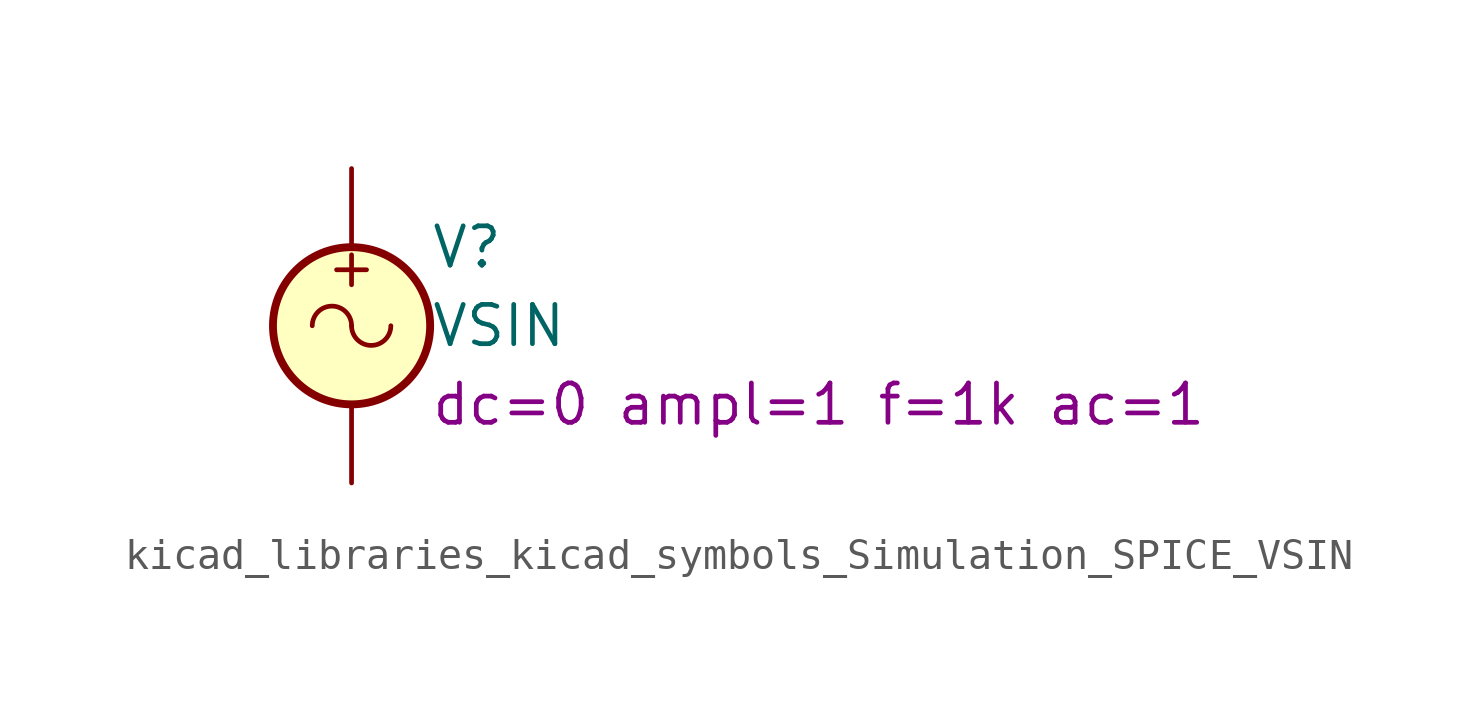
<source format=kicad_sym>
(kicad_symbol_lib
  (version 20220914)
  (generator kicad_symbol_editor)
  (symbol "kicad_libraries_kicad_symbols_Simulation_SPICE_VSIN"
    (pin_numbers hide)
    (pin_names
      (offset 0.025))
    (property "Reference" "V"
      (at 2.54 2.54 0)
      (effects (font (size 1.27 1.27)) (justify left)))
    (property "Value" "VSIN"
      (at 2.54 0 0)
      (effects (font (size 1.27 1.27)) (justify left)))
    (property "Sim.Params" "dc=0 ampl=1 f=1k ac=1"
      (at 2.54 -2.54 0)
      (effects (font (size 1.27 1.27)) (justify left)))
    (symbol "kicad_libraries_kicad_symbols_Simulation_SPICE_VSIN_0_0"
      (arc (start 0 0) (mid -0.635 0.6323) (end -1.27 0) (stroke (width 0) (type default)) (fill (type none)))
      (arc (start 0 0) (mid 0.635 -0.6323) (end 1.27 0) (stroke (width 0) (type default)) (fill (type none)))
      (text "+" (at 0 1.905 0) (effects (font (size 1.27 1.27)))))
    (symbol "kicad_libraries_kicad_symbols_Simulation_SPICE_VSIN_0_1"
      (circle (center 0 0) (radius 2.54) (stroke (width 0.254) (type default)) (fill (type background))))
    (symbol "kicad_libraries_kicad_symbols_Simulation_SPICE_VSIN_1_1"
      (pin passive line (at 0 5.08 270) (length 2.54) (name "~" (effects (font (size 1.27 1.27)))) (number "1" (effects (font (size 1.27 1.27)))))
      (pin passive line (at 0 -5.08 90) (length 2.54) (name "~" (effects (font (size 1.27 1.27)))) (number "2" (effects (font (size 1.27 1.27))))))))
</source>
